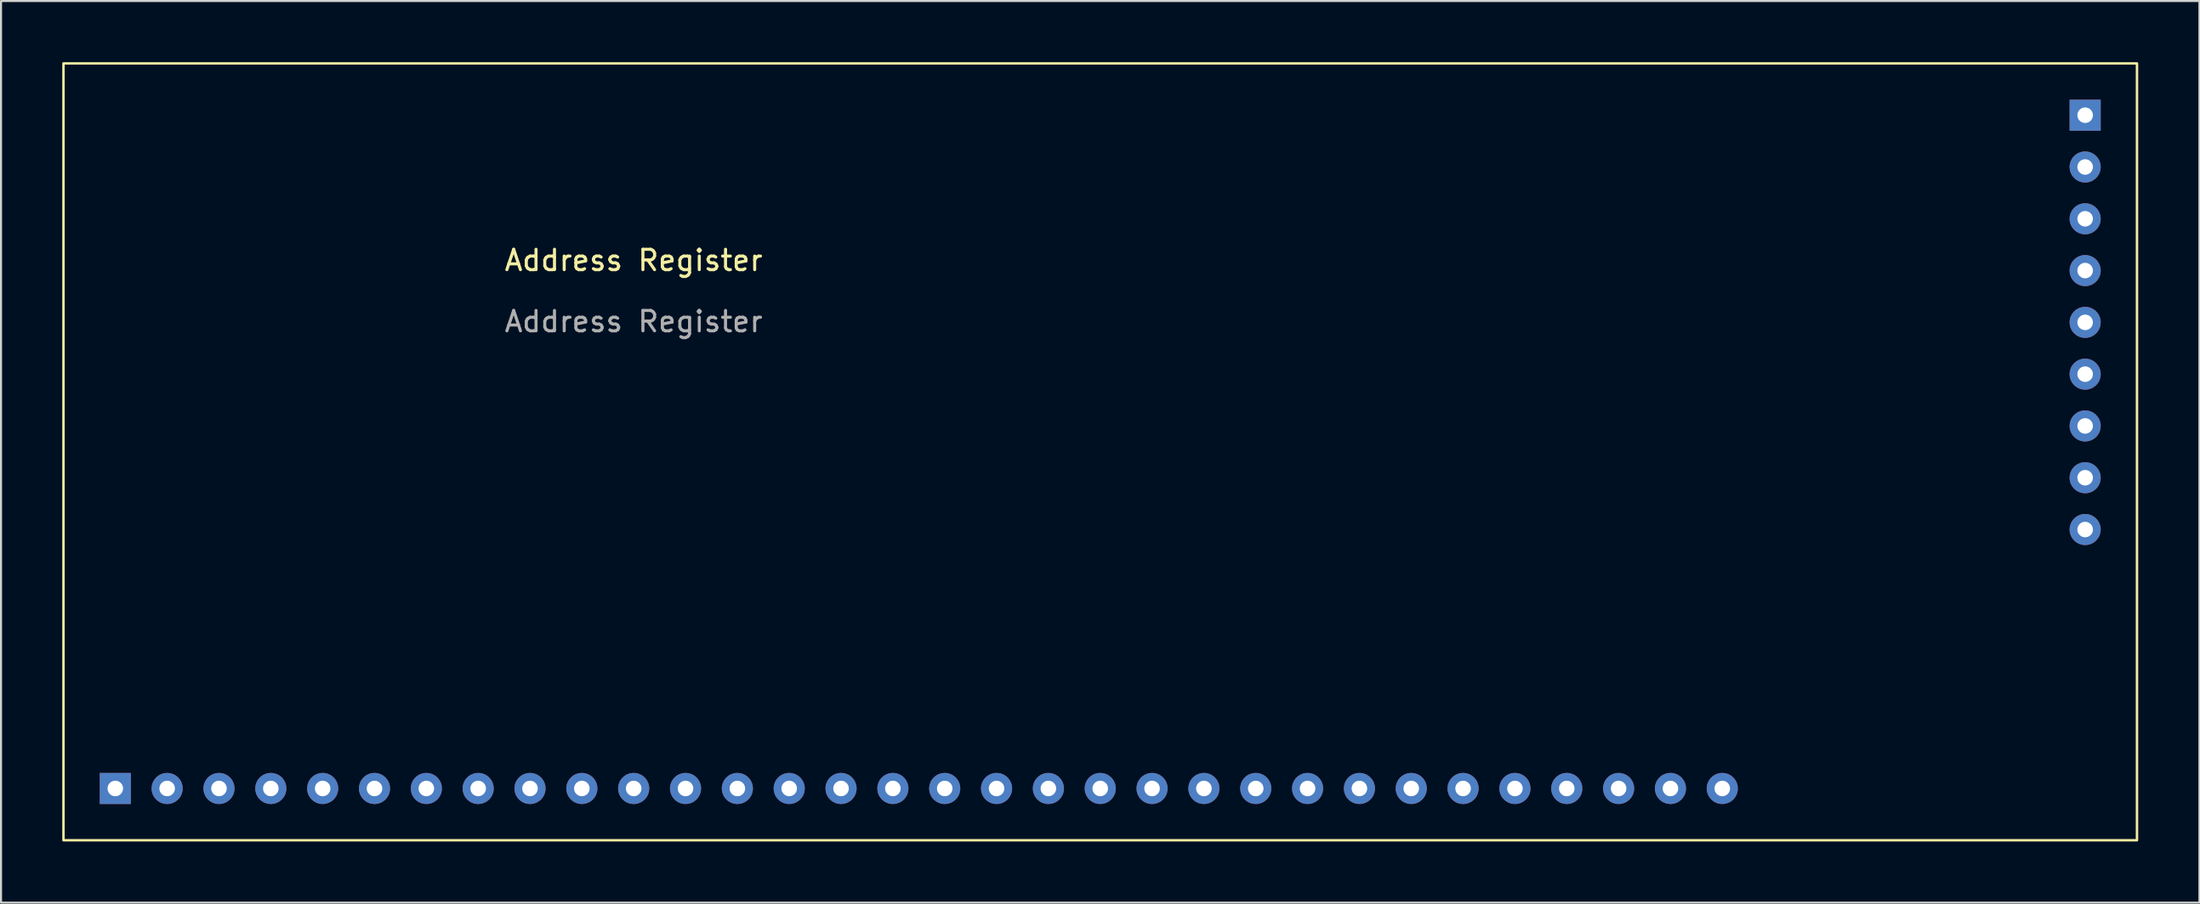
<source format=kicad_pcb>
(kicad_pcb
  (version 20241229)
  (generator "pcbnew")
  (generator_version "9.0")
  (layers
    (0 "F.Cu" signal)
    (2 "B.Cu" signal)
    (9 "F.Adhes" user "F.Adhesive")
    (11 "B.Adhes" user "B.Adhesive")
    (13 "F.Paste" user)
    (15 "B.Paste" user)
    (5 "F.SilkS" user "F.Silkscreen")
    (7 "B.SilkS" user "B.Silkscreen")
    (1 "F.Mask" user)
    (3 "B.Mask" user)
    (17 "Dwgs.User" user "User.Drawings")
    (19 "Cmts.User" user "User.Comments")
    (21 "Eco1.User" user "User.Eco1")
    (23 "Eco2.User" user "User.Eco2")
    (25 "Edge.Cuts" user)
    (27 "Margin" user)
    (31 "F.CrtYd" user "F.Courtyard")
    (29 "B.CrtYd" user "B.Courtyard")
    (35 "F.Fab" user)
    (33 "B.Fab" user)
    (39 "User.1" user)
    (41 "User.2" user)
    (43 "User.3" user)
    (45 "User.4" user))
  (footprint "Address Register"
    (layer "F.Cu")
    (at 28 10.22)
    (property "Reference" "Address Register" (at 0 -0.5 0) (unlocked yes) (layer "F.SilkS") (effects (font (size 1 1) (thickness 0.15))))
    (attr through_hole)
    (fp_rect (start 73.66 -10.16) (end -27.94 27.94) (stroke (width 0.12) (type solid)) (fill no) (layer "F.SilkS"))
    (fp_text user "${REFERENCE}" (at 0 2.5 0) (unlocked yes) (layer "F.Fab") (effects (font (size 1 1) (thickness 0.15))))
    (pad "1" thru_hole rect (at -25.4 25.4) (size 1.524 1.524) (drill 0.762) (layers "*.Cu" "*.Mask"))
    (pad "2" thru_hole circle (at -22.86 25.4) (size 1.524 1.524) (drill 0.762) (layers "*.Cu" "*.Mask"))
    (pad "3" thru_hole circle (at -20.32 25.4) (size 1.524 1.524) (drill 0.762) (layers "*.Cu" "*.Mask"))
    (pad "4" thru_hole circle (at -17.78 25.4) (size 1.524 1.524) (drill 0.762) (layers "*.Cu" "*.Mask"))
    (pad "5" thru_hole circle (at -15.24 25.4) (size 1.524 1.524) (drill 0.762) (layers "*.Cu" "*.Mask"))
    (pad "6" thru_hole circle (at -12.7 25.4) (size 1.524 1.524) (drill 0.762) (layers "*.Cu" "*.Mask"))
    (pad "7" thru_hole circle (at -10.16 25.4) (size 1.524 1.524) (drill 0.762) (layers "*.Cu" "*.Mask"))
    (pad "8" thru_hole circle (at -7.62 25.4) (size 1.524 1.524) (drill 0.762) (layers "*.Cu" "*.Mask"))
    (pad "9" thru_hole circle (at -5.08 25.4) (size 1.524 1.524) (drill 0.762) (layers "*.Cu" "*.Mask"))
    (pad "10" thru_hole circle (at -2.54 25.4) (size 1.524 1.524) (drill 0.762) (layers "*.Cu" "*.Mask"))
    (pad "11" thru_hole circle (at 0 25.4) (size 1.524 1.524) (drill 0.762) (layers "*.Cu" "*.Mask"))
    (pad "12" thru_hole circle (at 2.54 25.4) (size 1.524 1.524) (drill 0.762) (layers "*.Cu" "*.Mask"))
    (pad "13" thru_hole circle (at 5.08 25.4) (size 1.524 1.524) (drill 0.762) (layers "*.Cu" "*.Mask"))
    (pad "14" thru_hole circle (at 7.62 25.4) (size 1.524 1.524) (drill 0.762) (layers "*.Cu" "*.Mask"))
    (pad "15" thru_hole circle (at 10.16 25.4) (size 1.524 1.524) (drill 0.762) (layers "*.Cu" "*.Mask"))
    (pad "16" thru_hole circle (at 12.7 25.4) (size 1.524 1.524) (drill 0.762) (layers "*.Cu" "*.Mask"))
    (pad "17" thru_hole circle (at 15.24 25.4) (size 1.524 1.524) (drill 0.762) (layers "*.Cu" "*.Mask"))
    (pad "18" thru_hole circle (at 17.78 25.4) (size 1.524 1.524) (drill 0.762) (layers "*.Cu" "*.Mask"))
    (pad "19" thru_hole circle (at 20.32 25.4) (size 1.524 1.524) (drill 0.762) (layers "*.Cu" "*.Mask"))
    (pad "20" thru_hole circle (at 22.86 25.4) (size 1.524 1.524) (drill 0.762) (layers "*.Cu" "*.Mask"))
    (pad "21" thru_hole circle (at 25.4 25.4) (size 1.524 1.524) (drill 0.762) (layers "*.Cu" "*.Mask"))
    (pad "22" thru_hole circle (at 27.94 25.4) (size 1.524 1.524) (drill 0.762) (layers "*.Cu" "*.Mask"))
    (pad "23" thru_hole circle (at 30.48 25.4) (size 1.524 1.524) (drill 0.762) (layers "*.Cu" "*.Mask"))
    (pad "24" thru_hole circle (at 33.02 25.4) (size 1.524 1.524) (drill 0.762) (layers "*.Cu" "*.Mask"))
    (pad "25" thru_hole circle (at 35.56 25.4) (size 1.524 1.524) (drill 0.762) (layers "*.Cu" "*.Mask"))
    (pad "26" thru_hole circle (at 38.1 25.4) (size 1.524 1.524) (drill 0.762) (layers "*.Cu" "*.Mask"))
    (pad "27" thru_hole circle (at 40.64 25.4) (size 1.524 1.524) (drill 0.762) (layers "*.Cu" "*.Mask"))
    (pad "28" thru_hole circle (at 43.18 25.4) (size 1.524 1.524) (drill 0.762) (layers "*.Cu" "*.Mask"))
    (pad "29" thru_hole circle (at 45.72 25.4) (size 1.524 1.524) (drill 0.762) (layers "*.Cu" "*.Mask"))
    (pad "30" thru_hole circle (at 48.26 25.4) (size 1.524 1.524) (drill 0.762) (layers "*.Cu" "*.Mask"))
    (pad "31" thru_hole circle (at 50.8 25.4) (size 1.524 1.524) (drill 0.762) (layers "*.Cu" "*.Mask"))
    (pad "32" thru_hole circle (at 53.34 25.4) (size 1.524 1.524) (drill 0.762) (layers "*.Cu" "*.Mask"))
    (pad "33" thru_hole circle (at 71.12 12.7) (size 1.524 1.524) (drill 0.762) (layers "*.Cu" "*.Mask"))
    (pad "34" thru_hole circle (at 71.12 10.16) (size 1.524 1.524) (drill 0.762) (layers "*.Cu" "*.Mask"))
    (pad "35" thru_hole circle (at 71.12 7.62) (size 1.524 1.524) (drill 0.762) (layers "*.Cu" "*.Mask"))
    (pad "36" thru_hole circle (at 71.12 5.08) (size 1.524 1.524) (drill 0.762) (layers "*.Cu" "*.Mask"))
    (pad "37" thru_hole circle (at 71.12 2.54) (size 1.524 1.524) (drill 0.762) (layers "*.Cu" "*.Mask"))
    (pad "38" thru_hole circle (at 71.12 0) (size 1.524 1.524) (drill 0.762) (layers "*.Cu" "*.Mask"))
    (pad "39" thru_hole circle (at 71.12 -2.54) (size 1.524 1.524) (drill 0.762) (layers "*.Cu" "*.Mask"))
    (pad "40" thru_hole circle (at 71.12 -5.08) (size 1.524 1.524) (drill 0.762) (layers "*.Cu" "*.Mask"))
    (pad "41" thru_hole rect (at 71.12 -7.62) (size 1.524 1.524) (drill 0.762) (layers "*.Cu" "*.Mask")))
  (gr_rect
    (start -3 -3)
    (end 104.72 41.22)
    (stroke (width 0.1) (type default))
    (fill no)
    (layer "Edge.Cuts")))
</source>
